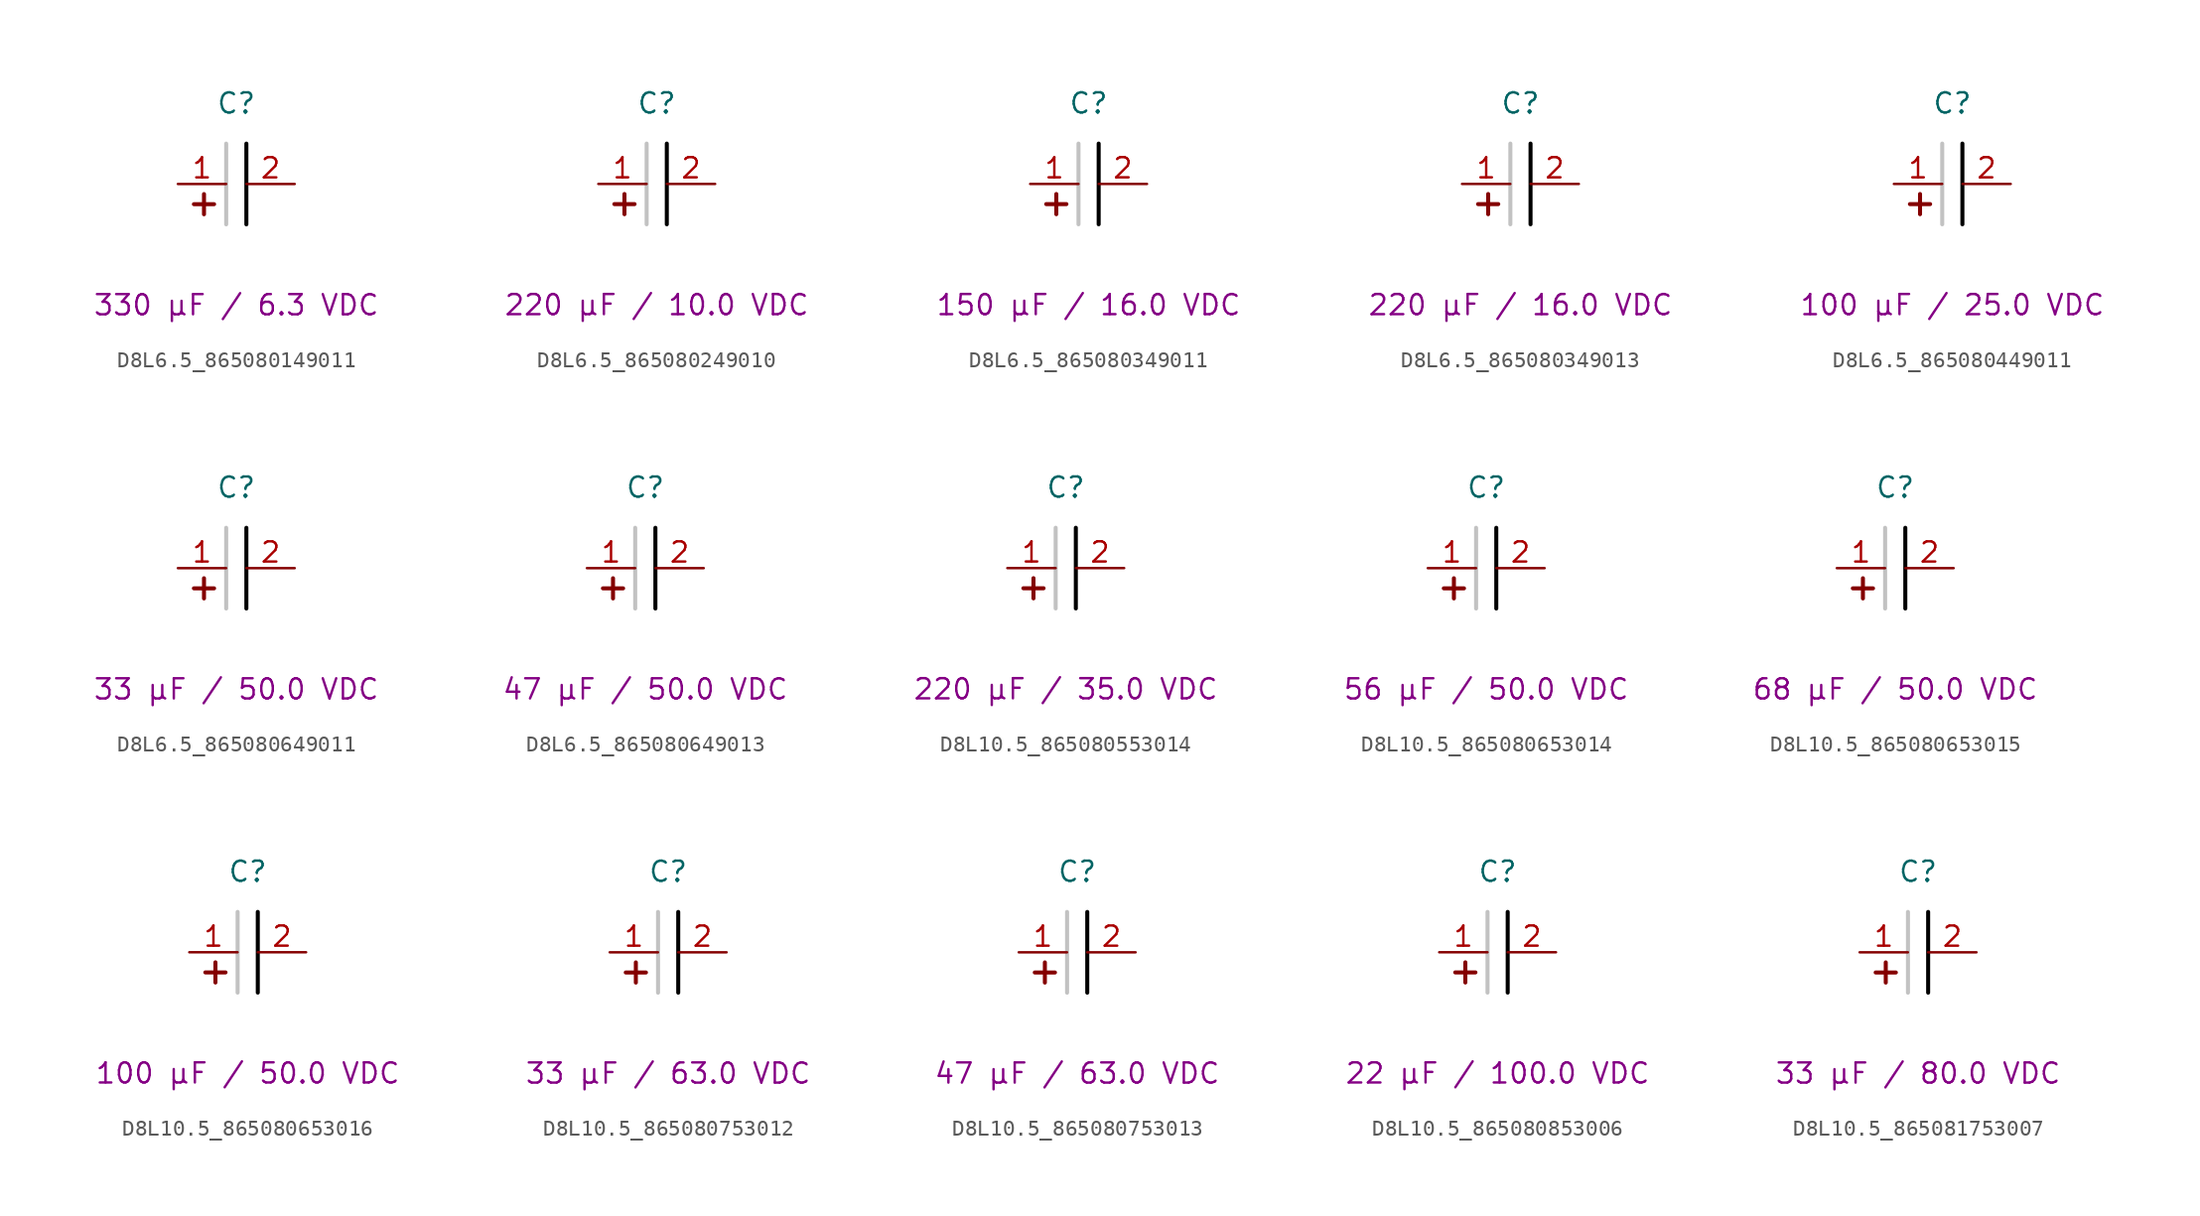
<source format=kicad_sym>
(kicad_symbol_lib
  (version 20220914)
  (generator kicad_symbol_editor)
  (symbol "D8L6.5_865080149011"
    (pin_names hide)
    (property "Reference" "C"
      (at 0 5.08 0)
      (effects (font (size 1.27 1.27))))
    (property "Critical Parameter" "330 µF / 6.3 VDC"
      (at 0 -7.62 0)
      (effects (font (size 1.27 1.27))))
    (symbol "D8L6.5_865080149011_1_1"
      (polyline (pts (xy -2.667 -1.27) (xy -1.397 -1.27)) (stroke (width 0.254) (type default)) (fill (type none)))
      (polyline (pts (xy -2.032 -0.635) (xy -2.032 -1.905)) (stroke (width 0.254) (type default)) (fill (type none)))
      (polyline (pts (xy -0.635 2.54) (xy -0.635 -2.54)) (stroke (width 0.254) (type default) (color 194 194 194 1)) (fill (type none)))
      (polyline (pts (xy 0.635 2.54) (xy 0.635 -2.54)) (stroke (width 0.254) (type default) (color 0 0 0 1)) (fill (type none)))
      (pin passive line (at -3.679 0 0) (length 3.044) (name "1" (effects (font (size 1.27 1.27)))) (number "1" (effects (font (size 1.27 1.27)))))
      (pin passive line (at 3.679 0 180) (length 3.044) (name "2" (effects (font (size 1.27 1.27)))) (number "2" (effects (font (size 1.27 1.27)))))))
  (symbol "D8L6.5_865080249010"
    (pin_names hide)
    (property "Reference" "C"
      (at 0 5.08 0)
      (effects (font (size 1.27 1.27))))
    (property "Critical Parameter" "220 µF / 10.0 VDC"
      (at 0 -7.62 0)
      (effects (font (size 1.27 1.27))))
    (symbol "D8L6.5_865080249010_1_1"
      (polyline (pts (xy -2.667 -1.27) (xy -1.397 -1.27)) (stroke (width 0.254) (type default)) (fill (type none)))
      (polyline (pts (xy -2.032 -0.635) (xy -2.032 -1.905)) (stroke (width 0.254) (type default)) (fill (type none)))
      (polyline (pts (xy -0.635 2.54) (xy -0.635 -2.54)) (stroke (width 0.254) (type default) (color 194 194 194 1)) (fill (type none)))
      (polyline (pts (xy 0.635 2.54) (xy 0.635 -2.54)) (stroke (width 0.254) (type default) (color 0 0 0 1)) (fill (type none)))
      (pin passive line (at -3.679 0 0) (length 3.044) (name "1" (effects (font (size 1.27 1.27)))) (number "1" (effects (font (size 1.27 1.27)))))
      (pin passive line (at 3.679 0 180) (length 3.044) (name "2" (effects (font (size 1.27 1.27)))) (number "2" (effects (font (size 1.27 1.27)))))))
  (symbol "D8L6.5_865080349011"
    (pin_names hide)
    (property "Reference" "C"
      (at 0 5.08 0)
      (effects (font (size 1.27 1.27))))
    (property "Critical Parameter" "150 µF / 16.0 VDC"
      (at 0 -7.62 0)
      (effects (font (size 1.27 1.27))))
    (symbol "D8L6.5_865080349011_1_1"
      (polyline (pts (xy -2.667 -1.27) (xy -1.397 -1.27)) (stroke (width 0.254) (type default)) (fill (type none)))
      (polyline (pts (xy -2.032 -0.635) (xy -2.032 -1.905)) (stroke (width 0.254) (type default)) (fill (type none)))
      (polyline (pts (xy -0.635 2.54) (xy -0.635 -2.54)) (stroke (width 0.254) (type default) (color 194 194 194 1)) (fill (type none)))
      (polyline (pts (xy 0.635 2.54) (xy 0.635 -2.54)) (stroke (width 0.254) (type default) (color 0 0 0 1)) (fill (type none)))
      (pin passive line (at -3.679 0 0) (length 3.044) (name "1" (effects (font (size 1.27 1.27)))) (number "1" (effects (font (size 1.27 1.27)))))
      (pin passive line (at 3.679 0 180) (length 3.044) (name "2" (effects (font (size 1.27 1.27)))) (number "2" (effects (font (size 1.27 1.27)))))))
  (symbol "D8L6.5_865080349013"
    (pin_names hide)
    (property "Reference" "C"
      (at 0 5.08 0)
      (effects (font (size 1.27 1.27))))
    (property "Critical Parameter" "220 µF / 16.0 VDC"
      (at 0 -7.62 0)
      (effects (font (size 1.27 1.27))))
    (symbol "D8L6.5_865080349013_1_1"
      (polyline (pts (xy -2.667 -1.27) (xy -1.397 -1.27)) (stroke (width 0.254) (type default)) (fill (type none)))
      (polyline (pts (xy -2.032 -0.635) (xy -2.032 -1.905)) (stroke (width 0.254) (type default)) (fill (type none)))
      (polyline (pts (xy -0.635 2.54) (xy -0.635 -2.54)) (stroke (width 0.254) (type default) (color 194 194 194 1)) (fill (type none)))
      (polyline (pts (xy 0.635 2.54) (xy 0.635 -2.54)) (stroke (width 0.254) (type default) (color 0 0 0 1)) (fill (type none)))
      (pin passive line (at -3.679 0 0) (length 3.044) (name "1" (effects (font (size 1.27 1.27)))) (number "1" (effects (font (size 1.27 1.27)))))
      (pin passive line (at 3.679 0 180) (length 3.044) (name "2" (effects (font (size 1.27 1.27)))) (number "2" (effects (font (size 1.27 1.27)))))))
  (symbol "D8L6.5_865080449011"
    (pin_names hide)
    (property "Reference" "C"
      (at 0 5.08 0)
      (effects (font (size 1.27 1.27))))
    (property "Critical Parameter" "100 µF / 25.0 VDC"
      (at 0 -7.62 0)
      (effects (font (size 1.27 1.27))))
    (symbol "D8L6.5_865080449011_1_1"
      (polyline (pts (xy -2.667 -1.27) (xy -1.397 -1.27)) (stroke (width 0.254) (type default)) (fill (type none)))
      (polyline (pts (xy -2.032 -0.635) (xy -2.032 -1.905)) (stroke (width 0.254) (type default)) (fill (type none)))
      (polyline (pts (xy -0.635 2.54) (xy -0.635 -2.54)) (stroke (width 0.254) (type default) (color 194 194 194 1)) (fill (type none)))
      (polyline (pts (xy 0.635 2.54) (xy 0.635 -2.54)) (stroke (width 0.254) (type default) (color 0 0 0 1)) (fill (type none)))
      (pin passive line (at -3.679 0 0) (length 3.044) (name "1" (effects (font (size 1.27 1.27)))) (number "1" (effects (font (size 1.27 1.27)))))
      (pin passive line (at 3.679 0 180) (length 3.044) (name "2" (effects (font (size 1.27 1.27)))) (number "2" (effects (font (size 1.27 1.27)))))))
  (symbol "D8L6.5_865080649011"
    (pin_names hide)
    (property "Reference" "C"
      (at 0 5.08 0)
      (effects (font (size 1.27 1.27))))
    (property "Critical Parameter" "33 µF / 50.0 VDC"
      (at 0 -7.62 0)
      (effects (font (size 1.27 1.27))))
    (symbol "D8L6.5_865080649011_1_1"
      (polyline (pts (xy -2.667 -1.27) (xy -1.397 -1.27)) (stroke (width 0.254) (type default)) (fill (type none)))
      (polyline (pts (xy -2.032 -0.635) (xy -2.032 -1.905)) (stroke (width 0.254) (type default)) (fill (type none)))
      (polyline (pts (xy -0.635 2.54) (xy -0.635 -2.54)) (stroke (width 0.254) (type default) (color 194 194 194 1)) (fill (type none)))
      (polyline (pts (xy 0.635 2.54) (xy 0.635 -2.54)) (stroke (width 0.254) (type default) (color 0 0 0 1)) (fill (type none)))
      (pin passive line (at -3.679 0 0) (length 3.044) (name "1" (effects (font (size 1.27 1.27)))) (number "1" (effects (font (size 1.27 1.27)))))
      (pin passive line (at 3.679 0 180) (length 3.044) (name "2" (effects (font (size 1.27 1.27)))) (number "2" (effects (font (size 1.27 1.27)))))))
  (symbol "D8L6.5_865080649013"
    (pin_names hide)
    (property "Reference" "C"
      (at 0 5.08 0)
      (effects (font (size 1.27 1.27))))
    (property "Critical Parameter" "47 µF / 50.0 VDC"
      (at 0 -7.62 0)
      (effects (font (size 1.27 1.27))))
    (symbol "D8L6.5_865080649013_1_1"
      (polyline (pts (xy -2.667 -1.27) (xy -1.397 -1.27)) (stroke (width 0.254) (type default)) (fill (type none)))
      (polyline (pts (xy -2.032 -0.635) (xy -2.032 -1.905)) (stroke (width 0.254) (type default)) (fill (type none)))
      (polyline (pts (xy -0.635 2.54) (xy -0.635 -2.54)) (stroke (width 0.254) (type default) (color 194 194 194 1)) (fill (type none)))
      (polyline (pts (xy 0.635 2.54) (xy 0.635 -2.54)) (stroke (width 0.254) (type default) (color 0 0 0 1)) (fill (type none)))
      (pin passive line (at -3.679 0 0) (length 3.044) (name "1" (effects (font (size 1.27 1.27)))) (number "1" (effects (font (size 1.27 1.27)))))
      (pin passive line (at 3.679 0 180) (length 3.044) (name "2" (effects (font (size 1.27 1.27)))) (number "2" (effects (font (size 1.27 1.27)))))))
  (symbol "D8L10.5_865080553014"
    (pin_names hide)
    (property "Reference" "C"
      (at 0 5.08 0)
      (effects (font (size 1.27 1.27))))
    (property "Critical Parameter" "220 µF / 35.0 VDC"
      (at 0 -7.62 0)
      (effects (font (size 1.27 1.27))))
    (symbol "D8L10.5_865080553014_1_1"
      (polyline (pts (xy -2.667 -1.27) (xy -1.397 -1.27)) (stroke (width 0.254) (type default)) (fill (type none)))
      (polyline (pts (xy -2.032 -0.635) (xy -2.032 -1.905)) (stroke (width 0.254) (type default)) (fill (type none)))
      (polyline (pts (xy -0.635 2.54) (xy -0.635 -2.54)) (stroke (width 0.254) (type default) (color 194 194 194 1)) (fill (type none)))
      (polyline (pts (xy 0.635 2.54) (xy 0.635 -2.54)) (stroke (width 0.254) (type default) (color 0 0 0 1)) (fill (type none)))
      (pin passive line (at -3.679 0 0) (length 3.044) (name "1" (effects (font (size 1.27 1.27)))) (number "1" (effects (font (size 1.27 1.27)))))
      (pin passive line (at 3.679 0 180) (length 3.044) (name "2" (effects (font (size 1.27 1.27)))) (number "2" (effects (font (size 1.27 1.27)))))))
  (symbol "D8L10.5_865080653014"
    (pin_names hide)
    (property "Reference" "C"
      (at 0 5.08 0)
      (effects (font (size 1.27 1.27))))
    (property "Critical Parameter" "56 µF / 50.0 VDC"
      (at 0 -7.62 0)
      (effects (font (size 1.27 1.27))))
    (symbol "D8L10.5_865080653014_1_1"
      (polyline (pts (xy -2.667 -1.27) (xy -1.397 -1.27)) (stroke (width 0.254) (type default)) (fill (type none)))
      (polyline (pts (xy -2.032 -0.635) (xy -2.032 -1.905)) (stroke (width 0.254) (type default)) (fill (type none)))
      (polyline (pts (xy -0.635 2.54) (xy -0.635 -2.54)) (stroke (width 0.254) (type default) (color 194 194 194 1)) (fill (type none)))
      (polyline (pts (xy 0.635 2.54) (xy 0.635 -2.54)) (stroke (width 0.254) (type default) (color 0 0 0 1)) (fill (type none)))
      (pin passive line (at -3.679 0 0) (length 3.044) (name "1" (effects (font (size 1.27 1.27)))) (number "1" (effects (font (size 1.27 1.27)))))
      (pin passive line (at 3.679 0 180) (length 3.044) (name "2" (effects (font (size 1.27 1.27)))) (number "2" (effects (font (size 1.27 1.27)))))))
  (symbol "D8L10.5_865080653015"
    (pin_names hide)
    (property "Reference" "C"
      (at 0 5.08 0)
      (effects (font (size 1.27 1.27))))
    (property "Critical Parameter" "68 µF / 50.0 VDC"
      (at 0 -7.62 0)
      (effects (font (size 1.27 1.27))))
    (symbol "D8L10.5_865080653015_1_1"
      (polyline (pts (xy -2.667 -1.27) (xy -1.397 -1.27)) (stroke (width 0.254) (type default)) (fill (type none)))
      (polyline (pts (xy -2.032 -0.635) (xy -2.032 -1.905)) (stroke (width 0.254) (type default)) (fill (type none)))
      (polyline (pts (xy -0.635 2.54) (xy -0.635 -2.54)) (stroke (width 0.254) (type default) (color 194 194 194 1)) (fill (type none)))
      (polyline (pts (xy 0.635 2.54) (xy 0.635 -2.54)) (stroke (width 0.254) (type default) (color 0 0 0 1)) (fill (type none)))
      (pin passive line (at -3.679 0 0) (length 3.044) (name "1" (effects (font (size 1.27 1.27)))) (number "1" (effects (font (size 1.27 1.27)))))
      (pin passive line (at 3.679 0 180) (length 3.044) (name "2" (effects (font (size 1.27 1.27)))) (number "2" (effects (font (size 1.27 1.27)))))))
  (symbol "D8L10.5_865080653016"
    (pin_names hide)
    (property "Reference" "C"
      (at 0 5.08 0)
      (effects (font (size 1.27 1.27))))
    (property "Critical Parameter" "100 µF / 50.0 VDC"
      (at 0 -7.62 0)
      (effects (font (size 1.27 1.27))))
    (symbol "D8L10.5_865080653016_1_1"
      (polyline (pts (xy -2.667 -1.27) (xy -1.397 -1.27)) (stroke (width 0.254) (type default)) (fill (type none)))
      (polyline (pts (xy -2.032 -0.635) (xy -2.032 -1.905)) (stroke (width 0.254) (type default)) (fill (type none)))
      (polyline (pts (xy -0.635 2.54) (xy -0.635 -2.54)) (stroke (width 0.254) (type default) (color 194 194 194 1)) (fill (type none)))
      (polyline (pts (xy 0.635 2.54) (xy 0.635 -2.54)) (stroke (width 0.254) (type default) (color 0 0 0 1)) (fill (type none)))
      (pin passive line (at -3.679 0 0) (length 3.044) (name "1" (effects (font (size 1.27 1.27)))) (number "1" (effects (font (size 1.27 1.27)))))
      (pin passive line (at 3.679 0 180) (length 3.044) (name "2" (effects (font (size 1.27 1.27)))) (number "2" (effects (font (size 1.27 1.27)))))))
  (symbol "D8L10.5_865080753012"
    (pin_names hide)
    (property "Reference" "C"
      (at 0 5.08 0)
      (effects (font (size 1.27 1.27))))
    (property "Critical Parameter" "33 µF / 63.0 VDC"
      (at 0 -7.62 0)
      (effects (font (size 1.27 1.27))))
    (symbol "D8L10.5_865080753012_1_1"
      (polyline (pts (xy -2.667 -1.27) (xy -1.397 -1.27)) (stroke (width 0.254) (type default)) (fill (type none)))
      (polyline (pts (xy -2.032 -0.635) (xy -2.032 -1.905)) (stroke (width 0.254) (type default)) (fill (type none)))
      (polyline (pts (xy -0.635 2.54) (xy -0.635 -2.54)) (stroke (width 0.254) (type default) (color 194 194 194 1)) (fill (type none)))
      (polyline (pts (xy 0.635 2.54) (xy 0.635 -2.54)) (stroke (width 0.254) (type default) (color 0 0 0 1)) (fill (type none)))
      (pin passive line (at -3.679 0 0) (length 3.044) (name "1" (effects (font (size 1.27 1.27)))) (number "1" (effects (font (size 1.27 1.27)))))
      (pin passive line (at 3.679 0 180) (length 3.044) (name "2" (effects (font (size 1.27 1.27)))) (number "2" (effects (font (size 1.27 1.27)))))))
  (symbol "D8L10.5_865080753013"
    (pin_names hide)
    (property "Reference" "C"
      (at 0 5.08 0)
      (effects (font (size 1.27 1.27))))
    (property "Critical Parameter" "47 µF / 63.0 VDC"
      (at 0 -7.62 0)
      (effects (font (size 1.27 1.27))))
    (symbol "D8L10.5_865080753013_1_1"
      (polyline (pts (xy -2.667 -1.27) (xy -1.397 -1.27)) (stroke (width 0.254) (type default)) (fill (type none)))
      (polyline (pts (xy -2.032 -0.635) (xy -2.032 -1.905)) (stroke (width 0.254) (type default)) (fill (type none)))
      (polyline (pts (xy -0.635 2.54) (xy -0.635 -2.54)) (stroke (width 0.254) (type default) (color 194 194 194 1)) (fill (type none)))
      (polyline (pts (xy 0.635 2.54) (xy 0.635 -2.54)) (stroke (width 0.254) (type default) (color 0 0 0 1)) (fill (type none)))
      (pin passive line (at -3.679 0 0) (length 3.044) (name "1" (effects (font (size 1.27 1.27)))) (number "1" (effects (font (size 1.27 1.27)))))
      (pin passive line (at 3.679 0 180) (length 3.044) (name "2" (effects (font (size 1.27 1.27)))) (number "2" (effects (font (size 1.27 1.27)))))))
  (symbol "D8L10.5_865080853006"
    (pin_names hide)
    (property "Reference" "C"
      (at 0 5.08 0)
      (effects (font (size 1.27 1.27))))
    (property "Critical Parameter" "22 µF / 100.0 VDC"
      (at 0 -7.62 0)
      (effects (font (size 1.27 1.27))))
    (symbol "D8L10.5_865080853006_1_1"
      (polyline (pts (xy -2.667 -1.27) (xy -1.397 -1.27)) (stroke (width 0.254) (type default)) (fill (type none)))
      (polyline (pts (xy -2.032 -0.635) (xy -2.032 -1.905)) (stroke (width 0.254) (type default)) (fill (type none)))
      (polyline (pts (xy -0.635 2.54) (xy -0.635 -2.54)) (stroke (width 0.254) (type default) (color 194 194 194 1)) (fill (type none)))
      (polyline (pts (xy 0.635 2.54) (xy 0.635 -2.54)) (stroke (width 0.254) (type default) (color 0 0 0 1)) (fill (type none)))
      (pin passive line (at -3.679 0 0) (length 3.044) (name "1" (effects (font (size 1.27 1.27)))) (number "1" (effects (font (size 1.27 1.27)))))
      (pin passive line (at 3.679 0 180) (length 3.044) (name "2" (effects (font (size 1.27 1.27)))) (number "2" (effects (font (size 1.27 1.27)))))))
  (symbol "D8L10.5_865081753007"
    (pin_names hide)
    (property "Reference" "C"
      (at 0 5.08 0)
      (effects (font (size 1.27 1.27))))
    (property "Critical Parameter" "33 µF / 80.0 VDC"
      (at 0 -7.62 0)
      (effects (font (size 1.27 1.27))))
    (symbol "D8L10.5_865081753007_1_1"
      (polyline (pts (xy -2.667 -1.27) (xy -1.397 -1.27)) (stroke (width 0.254) (type default)) (fill (type none)))
      (polyline (pts (xy -2.032 -0.635) (xy -2.032 -1.905)) (stroke (width 0.254) (type default)) (fill (type none)))
      (polyline (pts (xy -0.635 2.54) (xy -0.635 -2.54)) (stroke (width 0.254) (type default) (color 194 194 194 1)) (fill (type none)))
      (polyline (pts (xy 0.635 2.54) (xy 0.635 -2.54)) (stroke (width 0.254) (type default) (color 0 0 0 1)) (fill (type none)))
      (pin passive line (at -3.679 0 0) (length 3.044) (name "1" (effects (font (size 1.27 1.27)))) (number "1" (effects (font (size 1.27 1.27)))))
      (pin passive line (at 3.679 0 180) (length 3.044) (name "2" (effects (font (size 1.27 1.27)))) (number "2" (effects (font (size 1.27 1.27))))))))
</source>
